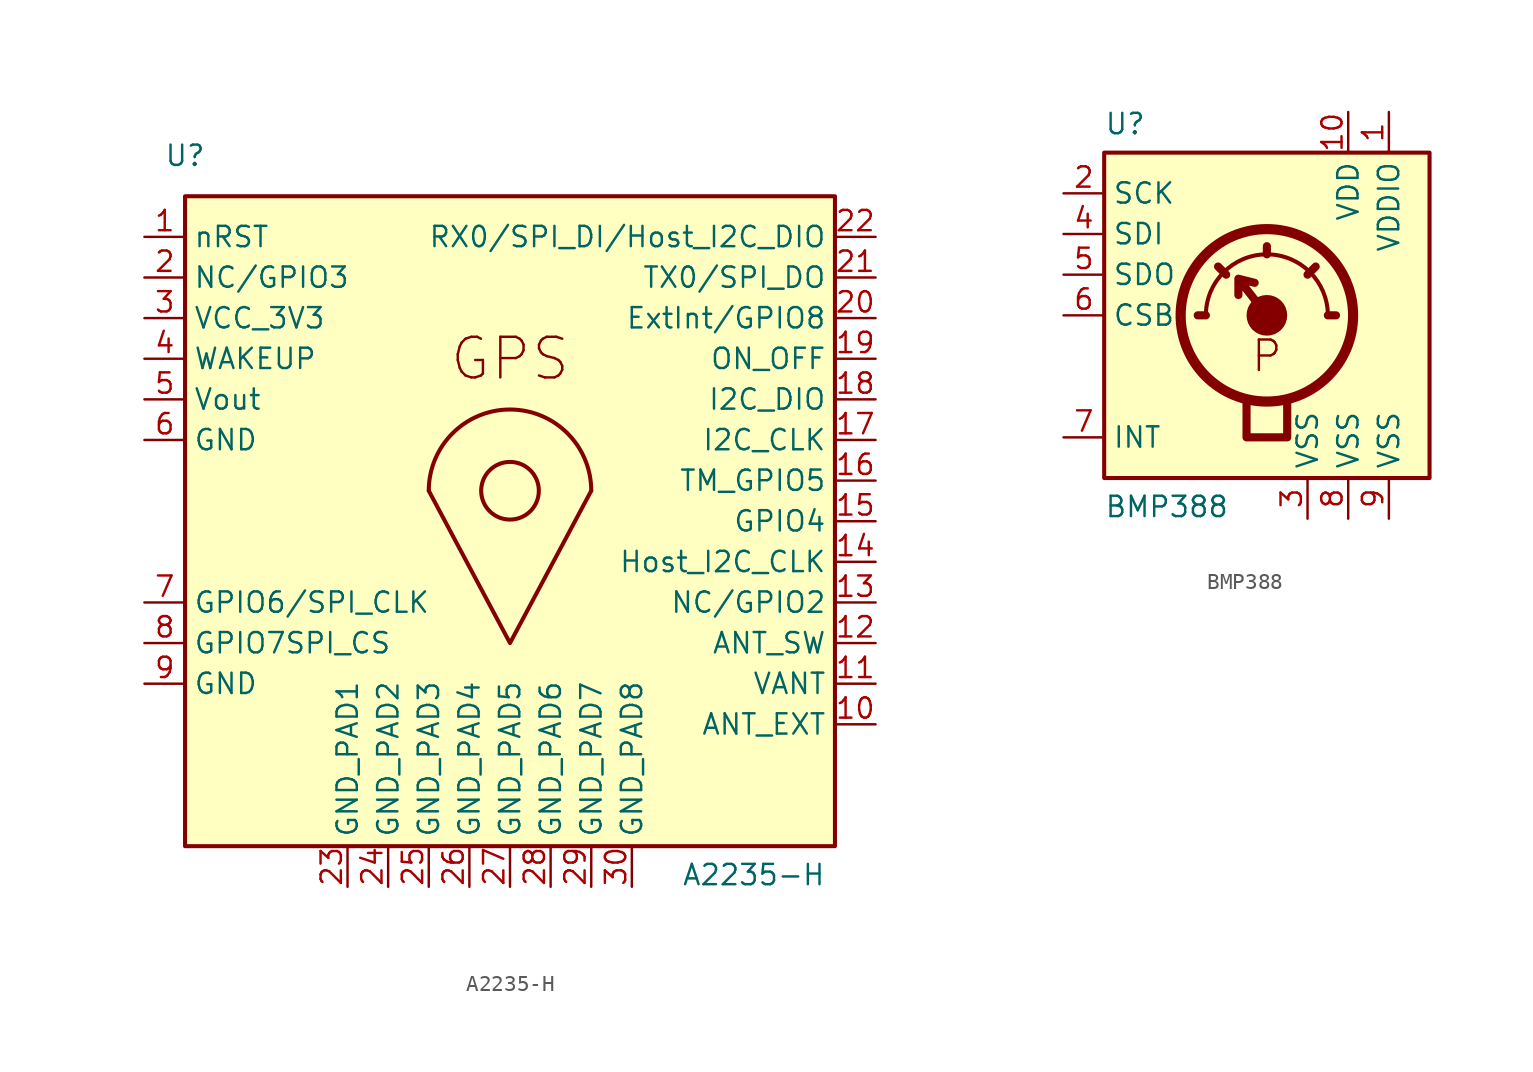
<source format=kicad_sym>
(kicad_symbol_lib
  (version 20220914)
  (generator kicad_symbol_editor)
  (symbol "A2235-H"
    (property "Reference" "U"
      (at -20.32 22.86 0)
      (effects (font (size 1.27 1.27))))
    (property "Value" "A2235-H"
      (at 15.24 -22.86 0)
      (effects (font (size 1.27 1.27)) (justify bottom)))
    (symbol "A2235-H_0_0"
      (text "GPS" (at 0 10.16 0) (effects (font (size 2.54 2.54)))))
    (symbol "A2235-H_0_1"
      (rectangle (start -20.32 20.32) (end 20.32 -20.32) (stroke (width 0.254) (type default)) (fill (type background)))
      (polyline (pts (xy -5.08 1.905) (xy 0 -7.62) (xy 5.08 1.905)) (stroke (width 0.254) (type default)) (fill (type none)))
      (circle (center 0 1.905) (radius 1.803) (stroke (width 0.254) (type default)) (fill (type none)))
      (arc (start 5.08 1.905) (mid 0 6.9629) (end -5.08 1.905) (stroke (width 0.254) (type default)) (fill (type none))))
    (symbol "A2235-H_1_1"
      (pin input line (at -22.86 17.78 0) (length 2.54) (name "nRST" (effects (font (size 1.27 1.27)))) (number "1" (effects (font (size 1.27 1.27)))))
      (pin output line (at 22.86 -12.7 180) (length 2.54) (name "ANT_EXT" (effects (font (size 1.27 1.27)))) (number "10" (effects (font (size 1.27 1.27)))))
      (pin power_in line (at 22.86 -10.16 180) (length 2.54) (name "VANT" (effects (font (size 1.27 1.27)))) (number "11" (effects (font (size 1.27 1.27)))))
      (pin power_in line (at 22.86 -7.62 180) (length 2.54) (name "ANT_SW" (effects (font (size 1.27 1.27)))) (number "12" (effects (font (size 1.27 1.27)))))
      (pin bidirectional line (at 22.86 -5.08 180) (length 2.54) (name "NC/GPIO2" (effects (font (size 1.27 1.27)))) (number "13" (effects (font (size 1.27 1.27)))))
      (pin bidirectional line (at 22.86 -2.54 180) (length 2.54) (name "Host_I2C_CLK" (effects (font (size 1.27 1.27)))) (number "14" (effects (font (size 1.27 1.27)))))
      (pin bidirectional line (at 22.86 0 180) (length 2.54) (name "GPIO4" (effects (font (size 1.27 1.27)))) (number "15" (effects (font (size 1.27 1.27)))))
      (pin bidirectional line (at 22.86 2.54 180) (length 2.54) (name "TM_GPIO5" (effects (font (size 1.27 1.27)))) (number "16" (effects (font (size 1.27 1.27)))))
      (pin input line (at 22.86 5.08 180) (length 2.54) (name "I2C_CLK" (effects (font (size 1.27 1.27)))) (number "17" (effects (font (size 1.27 1.27)))))
      (pin bidirectional line (at 22.86 7.62 180) (length 2.54) (name "I2C_DIO" (effects (font (size 1.27 1.27)))) (number "18" (effects (font (size 1.27 1.27)))))
      (pin input line (at 22.86 10.16 180) (length 2.54) (name "ON_OFF" (effects (font (size 1.27 1.27)))) (number "19" (effects (font (size 1.27 1.27)))))
      (pin bidirectional line (at -22.86 15.24 0) (length 2.54) (name "NC/GPIO3" (effects (font (size 1.27 1.27)))) (number "2" (effects (font (size 1.27 1.27)))))
      (pin bidirectional line (at 22.86 12.7 180) (length 2.54) (name "ExtInt/GPIO8" (effects (font (size 1.27 1.27)))) (number "20" (effects (font (size 1.27 1.27)))))
      (pin bidirectional line (at 22.86 15.24 180) (length 2.54) (name "TX0/SPI_DO" (effects (font (size 1.27 1.27)))) (number "21" (effects (font (size 1.27 1.27)))))
      (pin bidirectional line (at 22.86 17.78 180) (length 2.54) (name "RX0/SPI_DI/Host_I2C_DIO" (effects (font (size 1.27 1.27)))) (number "22" (effects (font (size 1.27 1.27)))))
      (pin power_in line (at -10.16 -22.86 90) (length 2.54) (name "GND_PAD1" (effects (font (size 1.27 1.27)))) (number "23" (effects (font (size 1.27 1.27)))))
      (pin power_in line (at -7.62 -22.86 90) (length 2.54) (name "GND_PAD2" (effects (font (size 1.27 1.27)))) (number "24" (effects (font (size 1.27 1.27)))))
      (pin power_in line (at -5.08 -22.86 90) (length 2.54) (name "GND_PAD3" (effects (font (size 1.27 1.27)))) (number "25" (effects (font (size 1.27 1.27)))))
      (pin power_in line (at -2.54 -22.86 90) (length 2.54) (name "GND_PAD4" (effects (font (size 1.27 1.27)))) (number "26" (effects (font (size 1.27 1.27)))))
      (pin power_in line (at 0 -22.86 90) (length 2.54) (name "GND_PAD5" (effects (font (size 1.27 1.27)))) (number "27" (effects (font (size 1.27 1.27)))))
      (pin power_in line (at 2.54 -22.86 90) (length 2.54) (name "GND_PAD6" (effects (font (size 1.27 1.27)))) (number "28" (effects (font (size 1.27 1.27)))))
      (pin power_in line (at 5.08 -22.86 90) (length 2.54) (name "GND_PAD7" (effects (font (size 1.27 1.27)))) (number "29" (effects (font (size 1.27 1.27)))))
      (pin power_in line (at -22.86 12.7 0) (length 2.54) (name "VCC_3V3" (effects (font (size 1.27 1.27)))) (number "3" (effects (font (size 1.27 1.27)))))
      (pin power_in line (at 7.62 -22.86 90) (length 2.54) (name "GND_PAD8" (effects (font (size 1.27 1.27)))) (number "30" (effects (font (size 1.27 1.27)))))
      (pin input line (at -22.86 10.16 0) (length 2.54) (name "WAKEUP" (effects (font (size 1.27 1.27)))) (number "4" (effects (font (size 1.27 1.27)))))
      (pin power_out line (at -22.86 7.62 0) (length 2.54) (name "Vout" (effects (font (size 1.27 1.27)))) (number "5" (effects (font (size 1.27 1.27)))))
      (pin power_in line (at -22.86 5.08 0) (length 2.54) (name "GND" (effects (font (size 1.27 1.27)))) (number "6" (effects (font (size 1.27 1.27)))))
      (pin input line (at -22.86 -5.08 0) (length 2.54) (name "GPIO6/SPI_CLK" (effects (font (size 1.27 1.27)))) (number "7" (effects (font (size 1.27 1.27)))))
      (pin input line (at -22.86 -7.62 0) (length 2.54) (name "GPIO7SPI_CS" (effects (font (size 1.27 1.27)))) (number "8" (effects (font (size 1.27 1.27)))))
      (pin power_in line (at -22.86 -10.16 0) (length 2.54) (name "GND" (effects (font (size 1.27 1.27)))) (number "9" (effects (font (size 1.27 1.27)))))))
  (symbol "BMP388"
    (property "Reference" "U"
      (at -10.16 12.7 0)
      (effects (font (size 1.27 1.27)) (justify left top)))
    (property "Value" "BMP388"
      (at -10.16 -12.7 0)
      (effects (font (size 1.27 1.27)) (justify left bottom)))
    (symbol "BMP388_0_0"
      (text "P" (at 0 -2.54 0) (effects (font (size 1.905 1.905)))))
    (symbol "BMP388_0_1"
      (rectangle (start -10.16 -10.16) (end 10.16 10.16) (stroke (width 0.254) (type default)) (fill (type background)))
      (circle (center 0 0) (radius 0.0001) (stroke (width 1.27) (type default)) (fill (type none)))
      (polyline (pts (xy -3.81 0) (xy -4.318 0)) (stroke (width 0.508) (type default)) (fill (type none)))
      (polyline (pts (xy -2.54 2.54) (xy -3.048 3.048)) (stroke (width 0.508) (type default)) (fill (type none)))
      (polyline (pts (xy 0 3.81) (xy 0 4.318)) (stroke (width 0.508) (type default)) (fill (type none)))
      (polyline (pts (xy 2.54 2.54) (xy 3.048 3.048)) (stroke (width 0.508) (type default)) (fill (type none)))
      (polyline (pts (xy 3.81 0) (xy 4.318 0)) (stroke (width 0.508) (type default)) (fill (type none)))
      (polyline (pts (xy -1.27 -5.334) (xy -1.27 -7.62) (xy 1.27 -7.62) (xy 1.27 -5.334)) (stroke (width 0.508) (type default)) (fill (type none)))
      (polyline (pts (xy 0 0) (xy -1.778 2.286) (xy -1.778 1.27) (xy -1.778 2.286) (xy -0.762 2.032)) (stroke (width 0.508) (type default)) (fill (type none)))
      (circle (center 0 0) (radius 5.385) (stroke (width 0.635) (type default)) (fill (type none)))
      (arc (start 3.81 0) (mid 0 3.7934) (end -3.81 0) (stroke (width 0.254) (type default)) (fill (type none))))
    (symbol "BMP388_1_1"
      (pin power_in line (at 7.62 12.7 270) (length 2.54) (name "VDDIO" (effects (font (size 1.27 1.27)))) (number "1" (effects (font (size 1.27 1.27)))))
      (pin power_in line (at 5.08 12.7 270) (length 2.54) (name "VDD" (effects (font (size 1.27 1.27)))) (number "10" (effects (font (size 1.27 1.27)))))
      (pin input line (at -12.7 7.62 0) (length 2.54) (name "SCK" (effects (font (size 1.27 1.27)))) (number "2" (effects (font (size 1.27 1.27)))))
      (pin power_in line (at 2.54 -12.7 90) (length 2.54) (name "VSS" (effects (font (size 1.27 1.27)))) (number "3" (effects (font (size 1.27 1.27)))))
      (pin bidirectional line (at -12.7 5.08 0) (length 2.54) (name "SDI" (effects (font (size 1.27 1.27)))) (number "4" (effects (font (size 1.27 1.27)))))
      (pin bidirectional line (at -12.7 2.54 0) (length 2.54) (name "SDO" (effects (font (size 1.27 1.27)))) (number "5" (effects (font (size 1.27 1.27)))))
      (pin input line (at -12.7 0 0) (length 2.54) (name "CSB" (effects (font (size 1.27 1.27)))) (number "6" (effects (font (size 1.27 1.27)))))
      (pin output line (at -12.7 -7.62 0) (length 2.54) (name "INT" (effects (font (size 1.27 1.27)))) (number "7" (effects (font (size 1.27 1.27)))))
      (pin power_in line (at 5.08 -12.7 90) (length 2.54) (name "VSS" (effects (font (size 1.27 1.27)))) (number "8" (effects (font (size 1.27 1.27)))))
      (pin power_in line (at 7.62 -12.7 90) (length 2.54) (name "VSS" (effects (font (size 1.27 1.27)))) (number "9" (effects (font (size 1.27 1.27))))))))
</source>
